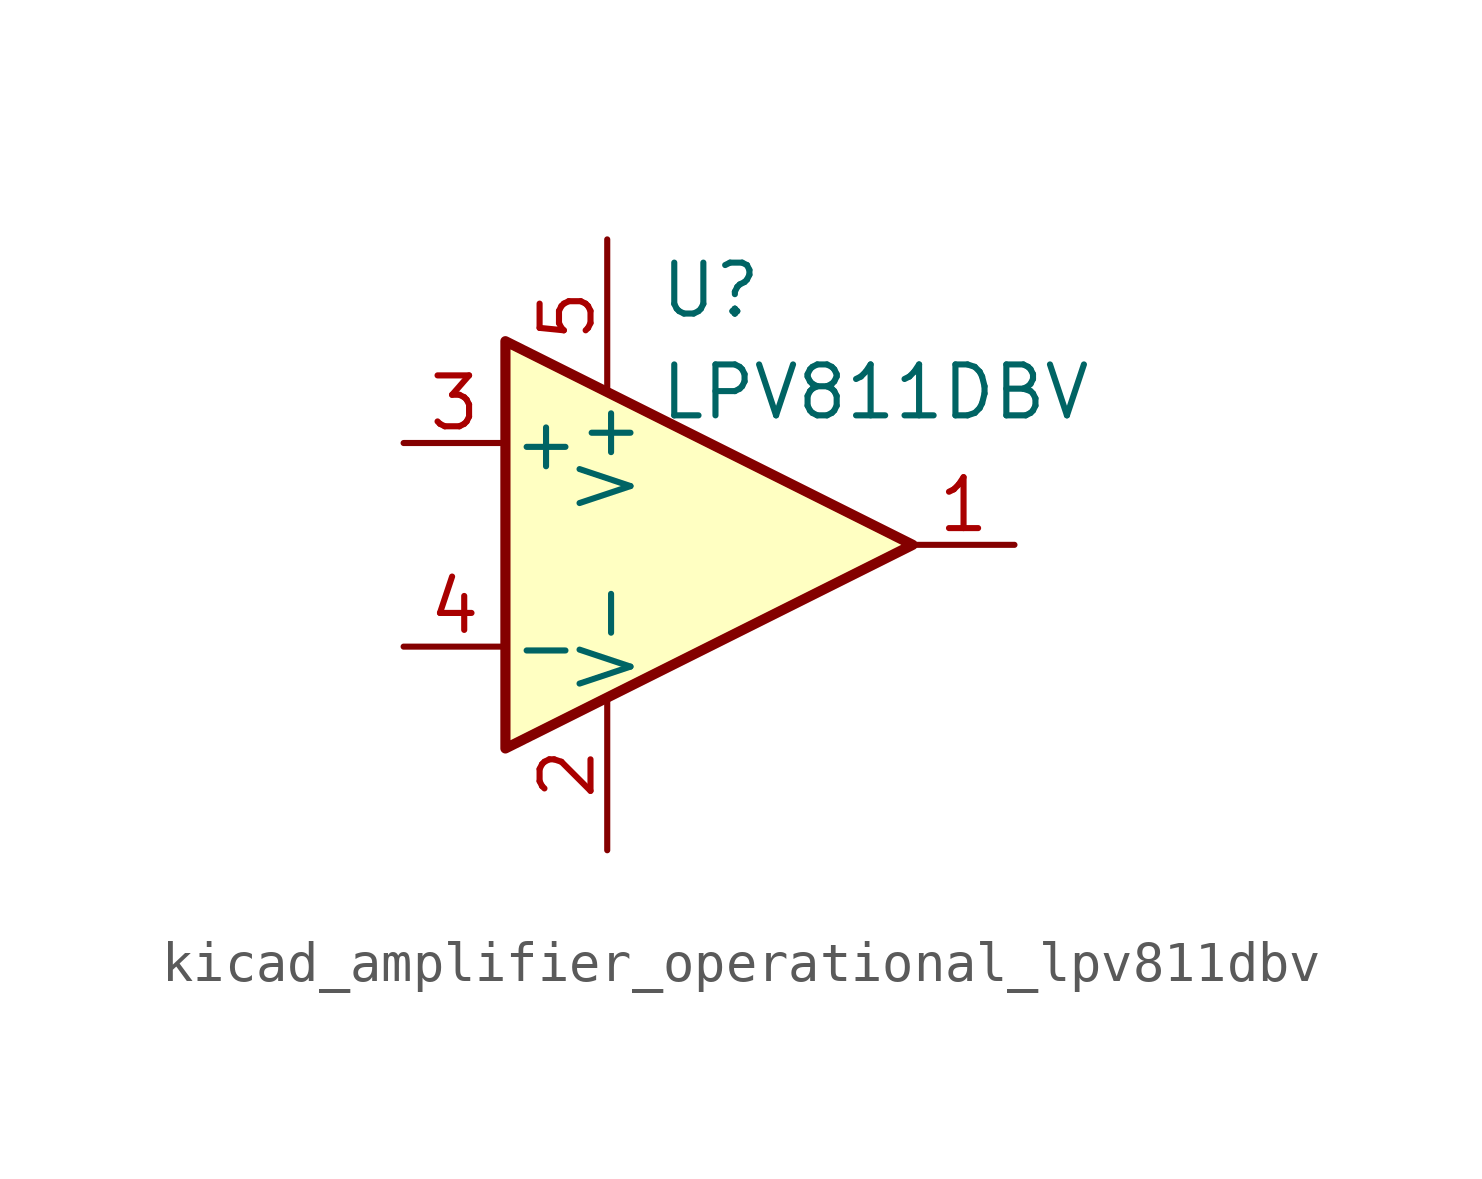
<source format=kicad_sym>
(kicad_symbol_lib
  (version 20220914)
  (generator kicad_symbol_editor)
  (symbol "kicad_amplifier_operational_lpv811dbv"
    (pin_names
      (offset 0.127))
    (property "Reference" "U"
      (at -1.27 6.35 0)
      (effects (font (size 1.27 1.27)) (justify left)))
    (property "Value" "LPV811DBV"
      (at -1.27 3.81 0)
      (effects (font (size 1.27 1.27)) (justify left)))
    (symbol "kicad_amplifier_operational_lpv811dbv_0_1"
      (polyline (pts (xy -5.08 5.08) (xy 5.08 0) (xy -5.08 -5.08) (xy -5.08 5.08)) (stroke (width 0.254) (type default)) (fill (type background)))
      (pin power_in line (at -2.54 -7.62 90) (length 3.81) (name "V-" (effects (font (size 1.27 1.27)))) (number "2" (effects (font (size 1.27 1.27)))))
      (pin power_in line (at -2.54 7.62 270) (length 3.81) (name "V+" (effects (font (size 1.27 1.27)))) (number "5" (effects (font (size 1.27 1.27))))))
    (symbol "kicad_amplifier_operational_lpv811dbv_1_1"
      (pin output line (at 7.62 0 180) (length 2.54) (name "~" (effects (font (size 1.27 1.27)))) (number "1" (effects (font (size 1.27 1.27)))))
      (pin input line (at -7.62 2.54 0) (length 2.54) (name "+" (effects (font (size 1.27 1.27)))) (number "3" (effects (font (size 1.27 1.27)))))
      (pin input line (at -7.62 -2.54 0) (length 2.54) (name "-" (effects (font (size 1.27 1.27)))) (number "4" (effects (font (size 1.27 1.27))))))))
</source>
